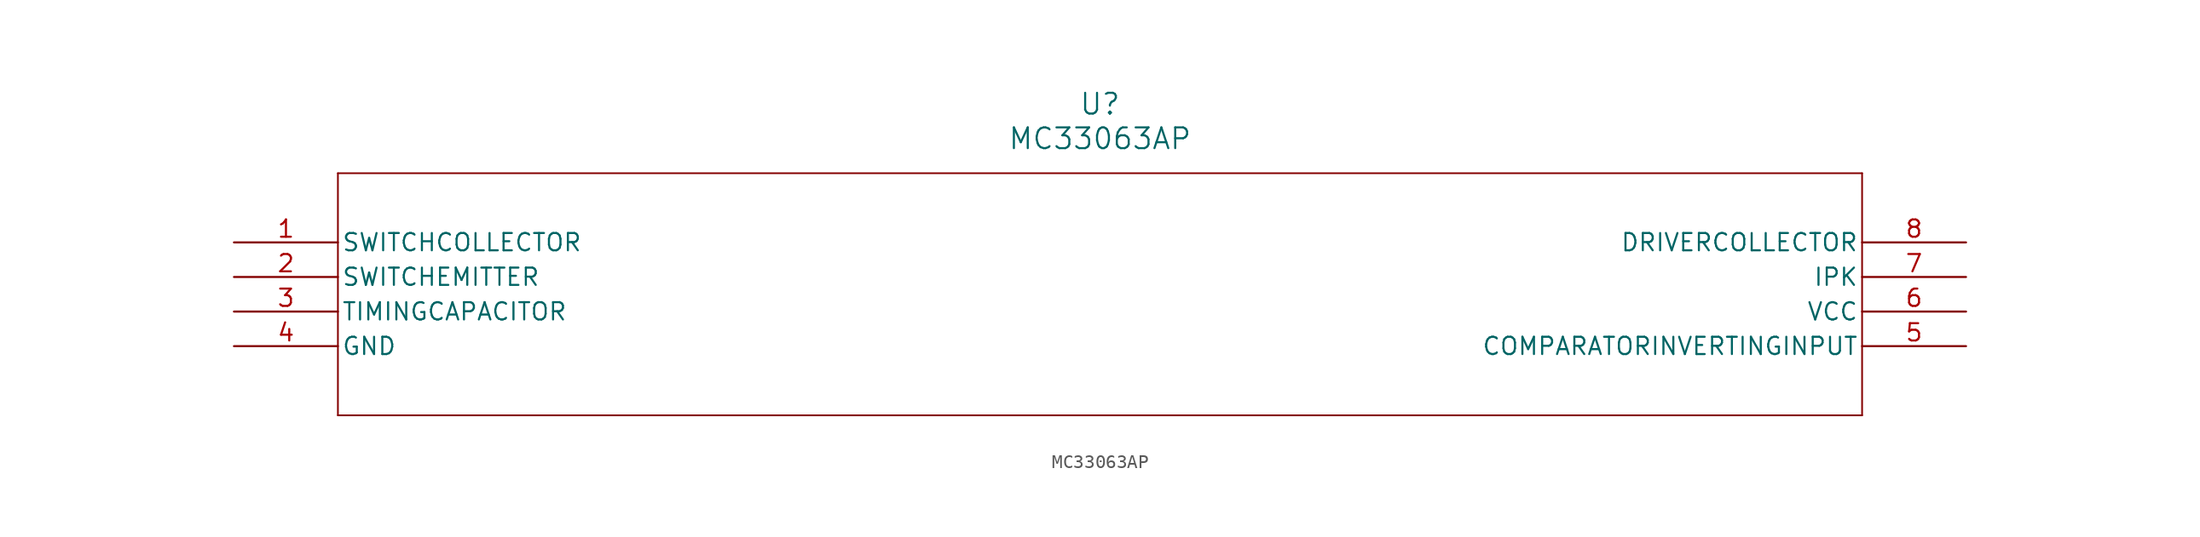
<source format=kicad_sym>
(kicad_symbol_lib
  (version 20211014)
  (generator kicad_symbol_editor)
  (symbol "MC33063AP"
    (pin_names
      (offset 0.254))
    (property "Reference" "U"
      (at 63.5 10.16 0)
      (effects (font (size 1.524 1.524))))
    (property "Value" "MC33063AP"
      (at 63.5 7.62 0)
      (effects (font (size 1.524 1.524))))
    (symbol "MC33063AP_0_1"
      (polyline (pts (xy 7.62 5.08) (xy 7.62 -12.7)) (stroke (width 0.127) (type default) (color 0 0 0 0)) (fill (type none)))
      (polyline (pts (xy 7.62 -12.7) (xy 119.38 -12.7)) (stroke (width 0.127) (type default) (color 0 0 0 0)) (fill (type none)))
      (polyline (pts (xy 119.38 -12.7) (xy 119.38 5.08)) (stroke (width 0.127) (type default) (color 0 0 0 0)) (fill (type none)))
      (polyline (pts (xy 119.38 5.08) (xy 7.62 5.08)) (stroke (width 0.127) (type default) (color 0 0 0 0)) (fill (type none)))
      (pin unspecified line (at 0 0 0) (length 7.62) (name "SWITCHCOLLECTOR" (effects (font (size 1.27 1.27)))) (number "1" (effects (font (size 1.27 1.27)))))
      (pin unspecified line (at 0 -2.54 0) (length 7.62) (name "SWITCHEMITTER" (effects (font (size 1.27 1.27)))) (number "2" (effects (font (size 1.27 1.27)))))
      (pin unspecified line (at 0 -5.08 0) (length 7.62) (name "TIMINGCAPACITOR" (effects (font (size 1.27 1.27)))) (number "3" (effects (font (size 1.27 1.27)))))
      (pin unspecified line (at 0 -7.62 0) (length 7.62) (name "GND" (effects (font (size 1.27 1.27)))) (number "4" (effects (font (size 1.27 1.27)))))
      (pin unspecified line (at 127 -7.62 180) (length 7.62) (name "COMPARATORINVERTINGINPUT" (effects (font (size 1.27 1.27)))) (number "5" (effects (font (size 1.27 1.27)))))
      (pin unspecified line (at 127 -5.08 180) (length 7.62) (name "VCC" (effects (font (size 1.27 1.27)))) (number "6" (effects (font (size 1.27 1.27)))))
      (pin unspecified line (at 127 -2.54 180) (length 7.62) (name "IPK" (effects (font (size 1.27 1.27)))) (number "7" (effects (font (size 1.27 1.27)))))
      (pin unspecified line (at 127 0 180) (length 7.62) (name "DRIVERCOLLECTOR" (effects (font (size 1.27 1.27)))) (number "8" (effects (font (size 1.27 1.27))))))))
</source>
